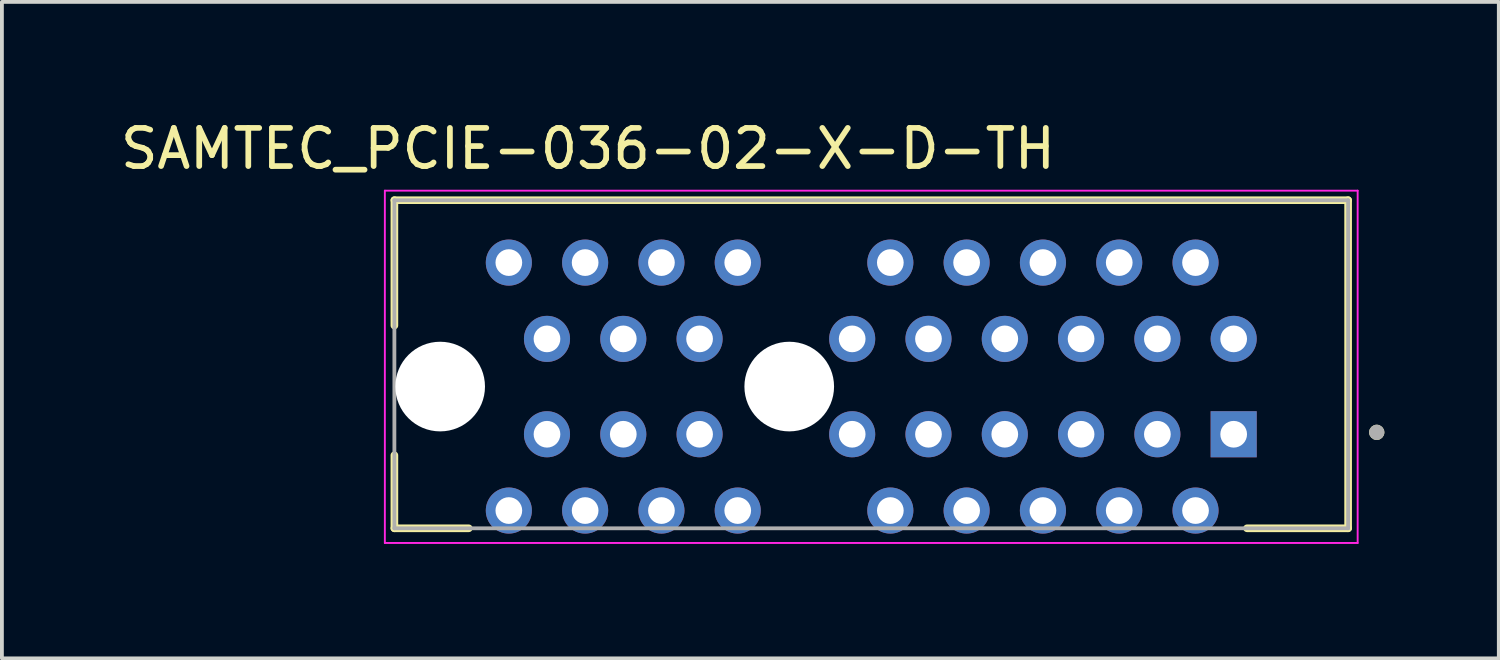
<source format=kicad_pcb>
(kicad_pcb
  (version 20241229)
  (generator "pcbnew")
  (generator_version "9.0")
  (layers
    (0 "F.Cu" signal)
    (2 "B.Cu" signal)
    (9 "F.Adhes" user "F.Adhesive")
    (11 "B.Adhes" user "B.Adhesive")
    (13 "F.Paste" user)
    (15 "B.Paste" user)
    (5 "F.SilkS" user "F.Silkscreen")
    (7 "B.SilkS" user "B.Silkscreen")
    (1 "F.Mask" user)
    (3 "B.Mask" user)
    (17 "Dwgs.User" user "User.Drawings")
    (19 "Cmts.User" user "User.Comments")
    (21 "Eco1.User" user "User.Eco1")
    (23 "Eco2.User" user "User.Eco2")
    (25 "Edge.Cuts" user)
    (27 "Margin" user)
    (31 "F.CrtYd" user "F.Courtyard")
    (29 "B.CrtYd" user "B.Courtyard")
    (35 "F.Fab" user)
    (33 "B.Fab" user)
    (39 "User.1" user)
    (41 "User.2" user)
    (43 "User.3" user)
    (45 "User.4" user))
  (footprint "SAMTEC_PCIE-036-02-X-D-TH"
    (layer "F.Cu")
    (at 17.638 7.083)
    (property "Reference" "SAMTEC_PCIE-036-02-X-D-TH" (at -5.275 -6.235 0) (layer "F.SilkS") (effects (font (size 1 1) (thickness 0.15))))
    (attr through_hole)
    (fp_line (start -10.35 -4.885) (end 14.65 -4.885) (stroke (width 0.2) (type solid)) (layer "F.SilkS"))
    (fp_line (start -10.35 -1.6) (end -10.35 -4.885) (stroke (width 0.2) (type solid)) (layer "F.SilkS"))
    (fp_line (start -10.35 3.715) (end -10.35 1.8) (stroke (width 0.2) (type solid)) (layer "F.SilkS"))
    (fp_line (start -8.4 3.715) (end -10.35 3.715) (stroke (width 0.2) (type solid)) (layer "F.SilkS"))
    (fp_line (start 14.65 -4.885) (end 14.65 3.715) (stroke (width 0.2) (type solid)) (layer "F.SilkS"))
    (fp_line (start 14.65 3.715) (end 12 3.715) (stroke (width 0.2) (type solid)) (layer "F.SilkS"))
    (fp_circle (center 15.4 1.2) (end 15.5 1.2) (stroke (width 0.2) (type solid)) (fill no) (layer "F.SilkS"))
    (fp_line (start -10.6 -5.135) (end 14.9 -5.135) (stroke (width 0.05) (type solid)) (layer "F.CrtYd"))
    (fp_line (start -10.6 4.1) (end -10.6 -5.135) (stroke (width 0.05) (type solid)) (layer "F.CrtYd"))
    (fp_line (start 14.9 -5.135) (end 14.9 4.1) (stroke (width 0.05) (type solid)) (layer "F.CrtYd"))
    (fp_line (start 14.9 4.1) (end -10.6 4.1) (stroke (width 0.05) (type solid)) (layer "F.CrtYd"))
    (fp_line (start -10.35 -4.885) (end 14.65 -4.885) (stroke (width 0.1) (type solid)) (layer "F.Fab"))
    (fp_line (start -10.35 3.715) (end -10.35 -4.885) (stroke (width 0.1) (type solid)) (layer "F.Fab"))
    (fp_line (start 14.65 -4.885) (end 14.65 3.715) (stroke (width 0.1) (type solid)) (layer "F.Fab"))
    (fp_line (start 14.65 3.715) (end -10.35 3.715) (stroke (width 0.1) (type solid)) (layer "F.Fab"))
    (fp_circle (center 15.4 1.2) (end 15.5 1.2) (stroke (width 0.2) (type solid)) (fill no) (layer "F.Fab"))
    (pad "" np_thru_hole circle (at -9.15 0) (size 2.35 2.35) (drill 2.35) (layers "*.Cu" "*.Mask"))
    (pad "" np_thru_hole circle (at 0 0) (size 2.35 2.35) (drill 2.35) (layers "*.Cu" "*.Mask"))
    (pad "A1" thru_hole rect (at 11.65 1.25) (size 1.208 1.208) (drill 0.7) (layers "*.Cu" "*.Mask"))
    (pad "A2" thru_hole circle (at 10.65 3.25) (size 1.208 1.208) (drill 0.7) (layers "*.Cu" "*.Mask"))
    (pad "A3" thru_hole circle (at 9.65 1.25) (size 1.208 1.208) (drill 0.7) (layers "*.Cu" "*.Mask"))
    (pad "A4" thru_hole circle (at 8.65 3.25) (size 1.208 1.208) (drill 0.7) (layers "*.Cu" "*.Mask"))
    (pad "A5" thru_hole circle (at 7.65 1.25) (size 1.208 1.208) (drill 0.7) (layers "*.Cu" "*.Mask"))
    (pad "A6" thru_hole circle (at 6.65 3.25) (size 1.208 1.208) (drill 0.7) (layers "*.Cu" "*.Mask"))
    (pad "A7" thru_hole circle (at 5.65 1.25) (size 1.208 1.208) (drill 0.7) (layers "*.Cu" "*.Mask"))
    (pad "A8" thru_hole circle (at 4.65 3.25) (size 1.208 1.208) (drill 0.7) (layers "*.Cu" "*.Mask"))
    (pad "A9" thru_hole circle (at 3.65 1.25) (size 1.208 1.208) (drill 0.7) (layers "*.Cu" "*.Mask"))
    (pad "A10" thru_hole circle (at 2.65 3.25) (size 1.208 1.208) (drill 0.7) (layers "*.Cu" "*.Mask"))
    (pad "A11" thru_hole circle (at 1.65 1.25) (size 1.208 1.208) (drill 0.7) (layers "*.Cu" "*.Mask"))
    (pad "A12" thru_hole circle (at -1.35 3.25) (size 1.208 1.208) (drill 0.7) (layers "*.Cu" "*.Mask"))
    (pad "A13" thru_hole circle (at -2.35 1.25) (size 1.208 1.208) (drill 0.7) (layers "*.Cu" "*.Mask"))
    (pad "A14" thru_hole circle (at -3.35 3.25) (size 1.208 1.208) (drill 0.7) (layers "*.Cu" "*.Mask"))
    (pad "A15" thru_hole circle (at -4.35 1.25) (size 1.208 1.208) (drill 0.7) (layers "*.Cu" "*.Mask"))
    (pad "A16" thru_hole circle (at -5.35 3.25) (size 1.208 1.208) (drill 0.7) (layers "*.Cu" "*.Mask"))
    (pad "A17" thru_hole circle (at -6.35 1.25) (size 1.208 1.208) (drill 0.7) (layers "*.Cu" "*.Mask"))
    (pad "A18" thru_hole circle (at -7.35 3.25) (size 1.208 1.208) (drill 0.7) (layers "*.Cu" "*.Mask"))
    (pad "B1" thru_hole circle (at 11.65 -1.25) (size 1.208 1.208) (drill 0.7) (layers "*.Cu" "*.Mask"))
    (pad "B2" thru_hole circle (at 10.65 -3.25) (size 1.208 1.208) (drill 0.7) (layers "*.Cu" "*.Mask"))
    (pad "B3" thru_hole circle (at 9.65 -1.25) (size 1.208 1.208) (drill 0.7) (layers "*.Cu" "*.Mask"))
    (pad "B4" thru_hole circle (at 8.65 -3.25) (size 1.208 1.208) (drill 0.7) (layers "*.Cu" "*.Mask"))
    (pad "B5" thru_hole circle (at 7.65 -1.25) (size 1.208 1.208) (drill 0.7) (layers "*.Cu" "*.Mask"))
    (pad "B6" thru_hole circle (at 6.65 -3.25) (size 1.208 1.208) (drill 0.7) (layers "*.Cu" "*.Mask"))
    (pad "B7" thru_hole circle (at 5.65 -1.25) (size 1.208 1.208) (drill 0.7) (layers "*.Cu" "*.Mask"))
    (pad "B8" thru_hole circle (at 4.65 -3.25) (size 1.208 1.208) (drill 0.7) (layers "*.Cu" "*.Mask"))
    (pad "B9" thru_hole circle (at 3.65 -1.25) (size 1.208 1.208) (drill 0.7) (layers "*.Cu" "*.Mask"))
    (pad "B10" thru_hole circle (at 2.65 -3.25) (size 1.208 1.208) (drill 0.7) (layers "*.Cu" "*.Mask"))
    (pad "B11" thru_hole circle (at 1.65 -1.25) (size 1.208 1.208) (drill 0.7) (layers "*.Cu" "*.Mask"))
    (pad "B12" thru_hole circle (at -1.35 -3.25) (size 1.208 1.208) (drill 0.7) (layers "*.Cu" "*.Mask"))
    (pad "B13" thru_hole circle (at -2.35 -1.25) (size 1.208 1.208) (drill 0.7) (layers "*.Cu" "*.Mask"))
    (pad "B14" thru_hole circle (at -3.35 -3.25) (size 1.208 1.208) (drill 0.7) (layers "*.Cu" "*.Mask"))
    (pad "B15" thru_hole circle (at -4.35 -1.25) (size 1.208 1.208) (drill 0.7) (layers "*.Cu" "*.Mask"))
    (pad "B16" thru_hole circle (at -5.35 -3.25) (size 1.208 1.208) (drill 0.7) (layers "*.Cu" "*.Mask"))
    (pad "B17" thru_hole circle (at -6.35 -1.25) (size 1.208 1.208) (drill 0.7) (layers "*.Cu" "*.Mask"))
    (pad "B18" thru_hole circle (at -7.35 -3.25) (size 1.208 1.208) (drill 0.7) (layers "*.Cu" "*.Mask")))
  (gr_rect
    (start -3 -3)
    (end 36.238 14.208)
    (stroke (width 0.1) (type default))
    (fill no)
    (layer "Edge.Cuts")))
</source>
